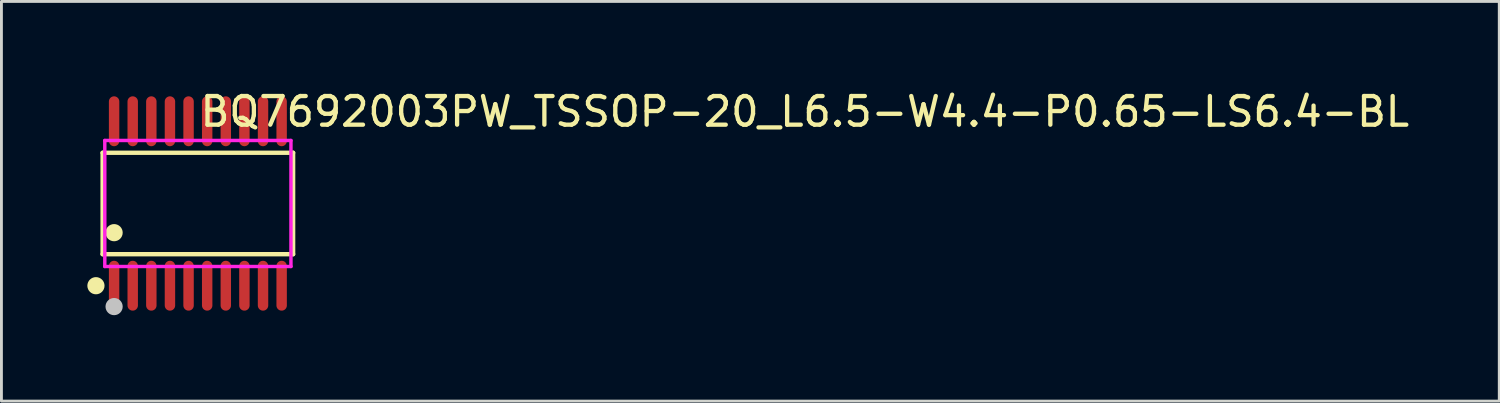
<source format=kicad_pcb>
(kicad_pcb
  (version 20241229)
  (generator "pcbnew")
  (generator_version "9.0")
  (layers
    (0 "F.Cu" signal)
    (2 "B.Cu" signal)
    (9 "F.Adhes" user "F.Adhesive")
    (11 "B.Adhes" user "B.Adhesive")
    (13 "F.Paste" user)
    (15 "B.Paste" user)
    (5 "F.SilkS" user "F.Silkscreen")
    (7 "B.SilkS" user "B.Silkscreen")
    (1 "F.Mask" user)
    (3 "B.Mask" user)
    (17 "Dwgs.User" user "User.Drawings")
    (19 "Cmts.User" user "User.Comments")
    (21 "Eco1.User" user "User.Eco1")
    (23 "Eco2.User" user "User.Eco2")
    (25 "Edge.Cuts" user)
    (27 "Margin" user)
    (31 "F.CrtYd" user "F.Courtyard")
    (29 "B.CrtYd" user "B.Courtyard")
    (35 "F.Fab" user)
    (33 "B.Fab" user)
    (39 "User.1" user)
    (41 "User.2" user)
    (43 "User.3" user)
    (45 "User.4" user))
  (footprint "BQ7692003PW_TSSOP-20_L6.5-W4.4-P0.65-LS6.4-BL"
    (layer "F.Cu")
    (at 3.859 4.055)
    (property "Reference" "BQ7692003PW_TSSOP-20_L6.5-W4.4-P0.65-LS6.4-BL" (at 0 -3.207 0) (layer "F.SilkS") (effects (font (size 1 1) (thickness 0.15)) (justify left)))
    (attr through_hole)
    (fp_line (start -3.326 -1.771) (end 3.326 -1.771) (stroke (width 0.152) (type solid)) (layer "F.SilkS"))
    (fp_line (start -3.326 1.771) (end -3.326 -1.771) (stroke (width 0.152) (type solid)) (layer "F.SilkS"))
    (fp_line (start 3.326 -1.771) (end 3.326 1.771) (stroke (width 0.152) (type solid)) (layer "F.SilkS"))
    (fp_line (start 3.326 1.771) (end -3.326 1.771) (stroke (width 0.152) (type solid)) (layer "F.SilkS"))
    (fp_circle (center -3.559 2.871) (end -3.409 2.871) (stroke (width 0.3) (type solid)) (fill no) (layer "F.SilkS"))
    (fp_circle (center -2.925 1.019) (end -2.775 1.019) (stroke (width 0.3) (type solid)) (fill no) (layer "F.SilkS"))
    (fp_circle (center -2.925 3.6) (end -2.775 3.6) (stroke (width 0.3) (type solid)) (fill no) (layer "Dwgs.User"))
    (fp_line (start -3.055 -2.61) (end -3.055 -2.19) (stroke (width 0.12) (type solid)) (layer "Eco2.User"))
    (fp_line (start -3.055 -2.19) (end -2.795 -2.19) (stroke (width 0.12) (type solid)) (layer "Eco2.User"))
    (fp_line (start -3.055 2.19) (end -2.795 2.19) (stroke (width 0.12) (type solid)) (layer "Eco2.User"))
    (fp_line (start -3.055 2.61) (end -3.055 2.19) (stroke (width 0.12) (type solid)) (layer "Eco2.User"))
    (fp_line (start -2.795 -2.61) (end -3.055 -2.61) (stroke (width 0.12) (type solid)) (layer "Eco2.User"))
    (fp_line (start -2.795 -2.19) (end -2.795 -2.61) (stroke (width 0.12) (type solid)) (layer "Eco2.User"))
    (fp_line (start -2.795 2.19) (end -2.795 2.61) (stroke (width 0.12) (type solid)) (layer "Eco2.User"))
    (fp_line (start -2.795 2.61) (end -3.055 2.61) (stroke (width 0.12) (type solid)) (layer "Eco2.User"))
    (fp_line (start -2.405 -2.61) (end -2.405 -2.19) (stroke (width 0.12) (type solid)) (layer "Eco2.User"))
    (fp_line (start -2.405 -2.19) (end -2.145 -2.19) (stroke (width 0.12) (type solid)) (layer "Eco2.User"))
    (fp_line (start -2.405 2.19) (end -2.145 2.19) (stroke (width 0.12) (type solid)) (layer "Eco2.User"))
    (fp_line (start -2.405 2.61) (end -2.405 2.19) (stroke (width 0.12) (type solid)) (layer "Eco2.User"))
    (fp_line (start -2.145 -2.61) (end -2.405 -2.61) (stroke (width 0.12) (type solid)) (layer "Eco2.User"))
    (fp_line (start -2.145 -2.19) (end -2.145 -2.61) (stroke (width 0.12) (type solid)) (layer "Eco2.User"))
    (fp_line (start -2.145 2.19) (end -2.145 2.61) (stroke (width 0.12) (type solid)) (layer "Eco2.User"))
    (fp_line (start -2.145 2.61) (end -2.405 2.61) (stroke (width 0.12) (type solid)) (layer "Eco2.User"))
    (fp_line (start -1.755 -2.61) (end -1.755 -2.19) (stroke (width 0.12) (type solid)) (layer "Eco2.User"))
    (fp_line (start -1.755 -2.19) (end -1.495 -2.19) (stroke (width 0.12) (type solid)) (layer "Eco2.User"))
    (fp_line (start -1.755 2.19) (end -1.495 2.19) (stroke (width 0.12) (type solid)) (layer "Eco2.User"))
    (fp_line (start -1.755 2.61) (end -1.755 2.19) (stroke (width 0.12) (type solid)) (layer "Eco2.User"))
    (fp_line (start -1.495 -2.61) (end -1.755 -2.61) (stroke (width 0.12) (type solid)) (layer "Eco2.User"))
    (fp_line (start -1.495 -2.19) (end -1.495 -2.61) (stroke (width 0.12) (type solid)) (layer "Eco2.User"))
    (fp_line (start -1.495 2.19) (end -1.495 2.61) (stroke (width 0.12) (type solid)) (layer "Eco2.User"))
    (fp_line (start -1.495 2.61) (end -1.755 2.61) (stroke (width 0.12) (type solid)) (layer "Eco2.User"))
    (fp_line (start -1.105 -2.61) (end -1.105 -2.19) (stroke (width 0.12) (type solid)) (layer "Eco2.User"))
    (fp_line (start -1.105 -2.19) (end -0.845 -2.19) (stroke (width 0.12) (type solid)) (layer "Eco2.User"))
    (fp_line (start -1.105 2.19) (end -0.845 2.19) (stroke (width 0.12) (type solid)) (layer "Eco2.User"))
    (fp_line (start -1.105 2.61) (end -1.105 2.19) (stroke (width 0.12) (type solid)) (layer "Eco2.User"))
    (fp_line (start -0.845 -2.61) (end -1.105 -2.61) (stroke (width 0.12) (type solid)) (layer "Eco2.User"))
    (fp_line (start -0.845 -2.19) (end -0.845 -2.61) (stroke (width 0.12) (type solid)) (layer "Eco2.User"))
    (fp_line (start -0.845 2.19) (end -0.845 2.61) (stroke (width 0.12) (type solid)) (layer "Eco2.User"))
    (fp_line (start -0.845 2.61) (end -1.105 2.61) (stroke (width 0.12) (type solid)) (layer "Eco2.User"))
    (fp_line (start -0.455 -2.61) (end -0.455 -2.19) (stroke (width 0.12) (type solid)) (layer "Eco2.User"))
    (fp_line (start -0.455 -2.19) (end -0.195 -2.19) (stroke (width 0.12) (type solid)) (layer "Eco2.User"))
    (fp_line (start -0.455 2.19) (end -0.195 2.19) (stroke (width 0.12) (type solid)) (layer "Eco2.User"))
    (fp_line (start -0.455 2.61) (end -0.455 2.19) (stroke (width 0.12) (type solid)) (layer "Eco2.User"))
    (fp_line (start -0.195 -2.61) (end -0.455 -2.61) (stroke (width 0.12) (type solid)) (layer "Eco2.User"))
    (fp_line (start -0.195 -2.19) (end -0.195 -2.61) (stroke (width 0.12) (type solid)) (layer "Eco2.User"))
    (fp_line (start -0.195 2.19) (end -0.195 2.61) (stroke (width 0.12) (type solid)) (layer "Eco2.User"))
    (fp_line (start -0.195 2.61) (end -0.455 2.61) (stroke (width 0.12) (type solid)) (layer "Eco2.User"))
    (fp_line (start 0.195 -2.61) (end 0.195 -2.19) (stroke (width 0.12) (type solid)) (layer "Eco2.User"))
    (fp_line (start 0.195 -2.19) (end 0.455 -2.19) (stroke (width 0.12) (type solid)) (layer "Eco2.User"))
    (fp_line (start 0.195 2.19) (end 0.455 2.19) (stroke (width 0.12) (type solid)) (layer "Eco2.User"))
    (fp_line (start 0.195 2.61) (end 0.195 2.19) (stroke (width 0.12) (type solid)) (layer "Eco2.User"))
    (fp_line (start 0.455 -2.61) (end 0.195 -2.61) (stroke (width 0.12) (type solid)) (layer "Eco2.User"))
    (fp_line (start 0.455 -2.19) (end 0.455 -2.61) (stroke (width 0.12) (type solid)) (layer "Eco2.User"))
    (fp_line (start 0.455 2.19) (end 0.455 2.61) (stroke (width 0.12) (type solid)) (layer "Eco2.User"))
    (fp_line (start 0.455 2.61) (end 0.195 2.61) (stroke (width 0.12) (type solid)) (layer "Eco2.User"))
    (fp_line (start 0.845 -2.61) (end 0.845 -2.19) (stroke (width 0.12) (type solid)) (layer "Eco2.User"))
    (fp_line (start 0.845 -2.19) (end 1.105 -2.19) (stroke (width 0.12) (type solid)) (layer "Eco2.User"))
    (fp_line (start 0.845 2.19) (end 1.105 2.19) (stroke (width 0.12) (type solid)) (layer "Eco2.User"))
    (fp_line (start 0.845 2.61) (end 0.845 2.19) (stroke (width 0.12) (type solid)) (layer "Eco2.User"))
    (fp_line (start 1.105 -2.61) (end 0.845 -2.61) (stroke (width 0.12) (type solid)) (layer "Eco2.User"))
    (fp_line (start 1.105 -2.19) (end 1.105 -2.61) (stroke (width 0.12) (type solid)) (layer "Eco2.User"))
    (fp_line (start 1.105 2.19) (end 1.105 2.61) (stroke (width 0.12) (type solid)) (layer "Eco2.User"))
    (fp_line (start 1.105 2.61) (end 0.845 2.61) (stroke (width 0.12) (type solid)) (layer "Eco2.User"))
    (fp_line (start 1.495 -2.61) (end 1.495 -2.19) (stroke (width 0.12) (type solid)) (layer "Eco2.User"))
    (fp_line (start 1.495 -2.19) (end 1.755 -2.19) (stroke (width 0.12) (type solid)) (layer "Eco2.User"))
    (fp_line (start 1.495 2.19) (end 1.755 2.19) (stroke (width 0.12) (type solid)) (layer "Eco2.User"))
    (fp_line (start 1.495 2.61) (end 1.495 2.19) (stroke (width 0.12) (type solid)) (layer "Eco2.User"))
    (fp_line (start 1.755 -2.61) (end 1.495 -2.61) (stroke (width 0.12) (type solid)) (layer "Eco2.User"))
    (fp_line (start 1.755 -2.19) (end 1.755 -2.61) (stroke (width 0.12) (type solid)) (layer "Eco2.User"))
    (fp_line (start 1.755 2.19) (end 1.755 2.61) (stroke (width 0.12) (type solid)) (layer "Eco2.User"))
    (fp_line (start 1.755 2.61) (end 1.495 2.61) (stroke (width 0.12) (type solid)) (layer "Eco2.User"))
    (fp_line (start 2.145 -2.61) (end 2.145 -2.19) (stroke (width 0.12) (type solid)) (layer "Eco2.User"))
    (fp_line (start 2.145 -2.19) (end 2.405 -2.19) (stroke (width 0.12) (type solid)) (layer "Eco2.User"))
    (fp_line (start 2.145 2.19) (end 2.405 2.19) (stroke (width 0.12) (type solid)) (layer "Eco2.User"))
    (fp_line (start 2.145 2.61) (end 2.145 2.19) (stroke (width 0.12) (type solid)) (layer "Eco2.User"))
    (fp_line (start 2.405 -2.61) (end 2.145 -2.61) (stroke (width 0.12) (type solid)) (layer "Eco2.User"))
    (fp_line (start 2.405 -2.19) (end 2.405 -2.61) (stroke (width 0.12) (type solid)) (layer "Eco2.User"))
    (fp_line (start 2.405 2.19) (end 2.405 2.61) (stroke (width 0.12) (type solid)) (layer "Eco2.User"))
    (fp_line (start 2.405 2.61) (end 2.145 2.61) (stroke (width 0.12) (type solid)) (layer "Eco2.User"))
    (fp_line (start 2.795 -2.61) (end 2.795 -2.19) (stroke (width 0.12) (type solid)) (layer "Eco2.User"))
    (fp_line (start 2.795 -2.19) (end 3.055 -2.19) (stroke (width 0.12) (type solid)) (layer "Eco2.User"))
    (fp_line (start 2.795 2.19) (end 3.055 2.19) (stroke (width 0.12) (type solid)) (layer "Eco2.User"))
    (fp_line (start 2.795 2.61) (end 2.795 2.19) (stroke (width 0.12) (type solid)) (layer "Eco2.User"))
    (fp_line (start 3.055 -2.61) (end 2.795 -2.61) (stroke (width 0.12) (type solid)) (layer "Eco2.User"))
    (fp_line (start 3.055 -2.19) (end 3.055 -2.61) (stroke (width 0.12) (type solid)) (layer "Eco2.User"))
    (fp_line (start 3.055 2.19) (end 3.055 2.61) (stroke (width 0.12) (type solid)) (layer "Eco2.User"))
    (fp_line (start 3.055 2.61) (end 2.795 2.61) (stroke (width 0.12) (type solid)) (layer "Eco2.User"))
    (fp_circle (center -3.25 3.2) (end -3.22 3.2) (stroke (width 0.06) (type solid)) (fill no) (layer "Eco2.User"))
    (fp_poly (pts (xy -3.055 -3.2) (xy -3.055 -2.6) (xy -2.795 -2.6) (xy -2.795 -3.2)) (stroke (width 0.12) (type solid)) (fill no) (layer "Eco2.User"))
    (fp_poly (pts (xy -3.055 3.2) (xy -3.055 2.6) (xy -2.795 2.6) (xy -2.795 3.2)) (stroke (width 0.12) (type solid)) (fill no) (layer "Eco2.User"))
    (fp_poly (pts (xy -2.405 -3.2) (xy -2.405 -2.6) (xy -2.145 -2.6) (xy -2.145 -3.2)) (stroke (width 0.12) (type solid)) (fill no) (layer "Eco2.User"))
    (fp_poly (pts (xy -2.405 3.2) (xy -2.405 2.6) (xy -2.145 2.6) (xy -2.145 3.2)) (stroke (width 0.12) (type solid)) (fill no) (layer "Eco2.User"))
    (fp_poly (pts (xy -1.755 -3.2) (xy -1.755 -2.6) (xy -1.495 -2.6) (xy -1.495 -3.2)) (stroke (width 0.12) (type solid)) (fill no) (layer "Eco2.User"))
    (fp_poly (pts (xy -1.755 3.2) (xy -1.755 2.6) (xy -1.495 2.6) (xy -1.495 3.2)) (stroke (width 0.12) (type solid)) (fill no) (layer "Eco2.User"))
    (fp_poly (pts (xy -1.105 -3.2) (xy -1.105 -2.6) (xy -0.845 -2.6) (xy -0.845 -3.2)) (stroke (width 0.12) (type solid)) (fill no) (layer "Eco2.User"))
    (fp_poly (pts (xy -1.105 3.2) (xy -1.105 2.6) (xy -0.845 2.6) (xy -0.845 3.2)) (stroke (width 0.12) (type solid)) (fill no) (layer "Eco2.User"))
    (fp_poly (pts (xy -0.455 -3.2) (xy -0.455 -2.6) (xy -0.195 -2.6) (xy -0.195 -3.2)) (stroke (width 0.12) (type solid)) (fill no) (layer "Eco2.User"))
    (fp_poly (pts (xy -0.455 3.2) (xy -0.455 2.6) (xy -0.195 2.6) (xy -0.195 3.2)) (stroke (width 0.12) (type solid)) (fill no) (layer "Eco2.User"))
    (fp_poly (pts (xy 0.195 -3.2) (xy 0.195 -2.6) (xy 0.455 -2.6) (xy 0.455 -3.2)) (stroke (width 0.12) (type solid)) (fill no) (layer "Eco2.User"))
    (fp_poly (pts (xy 0.195 3.2) (xy 0.195 2.6) (xy 0.455 2.6) (xy 0.455 3.2)) (stroke (width 0.12) (type solid)) (fill no) (layer "Eco2.User"))
    (fp_poly (pts (xy 0.845 -3.2) (xy 0.845 -2.6) (xy 1.105 -2.6) (xy 1.105 -3.2)) (stroke (width 0.12) (type solid)) (fill no) (layer "Eco2.User"))
    (fp_poly (pts (xy 0.845 3.2) (xy 0.845 2.6) (xy 1.105 2.6) (xy 1.105 3.2)) (stroke (width 0.12) (type solid)) (fill no) (layer "Eco2.User"))
    (fp_poly (pts (xy 1.495 -3.2) (xy 1.495 -2.6) (xy 1.755 -2.6) (xy 1.755 -3.2)) (stroke (width 0.12) (type solid)) (fill no) (layer "Eco2.User"))
    (fp_poly (pts (xy 1.495 3.2) (xy 1.495 2.6) (xy 1.755 2.6) (xy 1.755 3.2)) (stroke (width 0.12) (type solid)) (fill no) (layer "Eco2.User"))
    (fp_poly (pts (xy 2.145 -3.2) (xy 2.145 -2.6) (xy 2.405 -2.6) (xy 2.405 -3.2)) (stroke (width 0.12) (type solid)) (fill no) (layer "Eco2.User"))
    (fp_poly (pts (xy 2.145 3.2) (xy 2.145 2.6) (xy 2.405 2.6) (xy 2.405 3.2)) (stroke (width 0.12) (type solid)) (fill no) (layer "Eco2.User"))
    (fp_poly (pts (xy 2.795 -3.2) (xy 2.795 -2.6) (xy 3.055 -2.6) (xy 3.055 -3.2)) (stroke (width 0.12) (type solid)) (fill no) (layer "Eco2.User"))
    (fp_poly (pts (xy 2.795 3.2) (xy 2.795 2.6) (xy 3.055 2.6) (xy 3.055 3.2)) (stroke (width 0.12) (type solid)) (fill no) (layer "Eco2.User"))
    (fp_line (start -3.25 -2.2) (end 3.25 -2.2) (stroke (width 0.12) (type solid)) (layer "F.CrtYd"))
    (fp_line (start -3.25 2.2) (end -3.25 -2.2) (stroke (width 0.12) (type solid)) (layer "F.CrtYd"))
    (fp_line (start 3.25 -2.2) (end 3.25 2.2) (stroke (width 0.12) (type solid)) (layer "F.CrtYd"))
    (fp_line (start 3.25 2.2) (end -3.25 2.2) (stroke (width 0.12) (type solid)) (layer "F.CrtYd"))
    (pad "1" smd oval (at -2.925 2.871) (size 0.364 1.742) (layers "F.Cu" "F.Mask" "F.Paste"))
    (pad "2" smd oval (at -2.275 2.871) (size 0.364 1.742) (layers "F.Cu" "F.Mask" "F.Paste"))
    (pad "3" smd oval (at -1.625 2.871) (size 0.364 1.742) (layers "F.Cu" "F.Mask" "F.Paste"))
    (pad "4" smd oval (at -0.975 2.871) (size 0.364 1.742) (layers "F.Cu" "F.Mask" "F.Paste"))
    (pad "5" smd oval (at -0.325 2.871) (size 0.364 1.742) (layers "F.Cu" "F.Mask" "F.Paste"))
    (pad "6" smd oval (at 0.325 2.871) (size 0.364 1.742) (layers "F.Cu" "F.Mask" "F.Paste"))
    (pad "7" smd oval (at 0.975 2.871) (size 0.364 1.742) (layers "F.Cu" "F.Mask" "F.Paste"))
    (pad "8" smd oval (at 1.625 2.871) (size 0.364 1.742) (layers "F.Cu" "F.Mask" "F.Paste"))
    (pad "9" smd oval (at 2.275 2.871) (size 0.364 1.742) (layers "F.Cu" "F.Mask" "F.Paste"))
    (pad "10" smd oval (at 2.925 2.871) (size 0.364 1.742) (layers "F.Cu" "F.Mask" "F.Paste"))
    (pad "11" smd oval (at 2.925 -2.871) (size 0.364 1.742) (layers "F.Cu" "F.Mask" "F.Paste"))
    (pad "12" smd oval (at 2.275 -2.871) (size 0.364 1.742) (layers "F.Cu" "F.Mask" "F.Paste"))
    (pad "13" smd oval (at 1.625 -2.871) (size 0.364 1.742) (layers "F.Cu" "F.Mask" "F.Paste"))
    (pad "14" smd oval (at 0.975 -2.871) (size 0.364 1.742) (layers "F.Cu" "F.Mask" "F.Paste"))
    (pad "15" smd oval (at 0.325 -2.871) (size 0.364 1.742) (layers "F.Cu" "F.Mask" "F.Paste"))
    (pad "16" smd oval (at -0.325 -2.871) (size 0.364 1.742) (layers "F.Cu" "F.Mask" "F.Paste"))
    (pad "17" smd oval (at -0.975 -2.871) (size 0.364 1.742) (layers "F.Cu" "F.Mask" "F.Paste"))
    (pad "18" smd oval (at -1.625 -2.871) (size 0.364 1.742) (layers "F.Cu" "F.Mask" "F.Paste"))
    (pad "19" smd oval (at -2.275 -2.871) (size 0.364 1.742) (layers "F.Cu" "F.Mask" "F.Paste"))
    (pad "20" smd oval (at -2.925 -2.871) (size 0.364 1.742) (layers "F.Cu" "F.Mask" "F.Paste")))
  (gr_rect
    (start -3 -3)
    (end 49.299 10.955)
    (stroke (width 0.1) (type default))
    (fill no)
    (layer "Edge.Cuts")))
</source>
